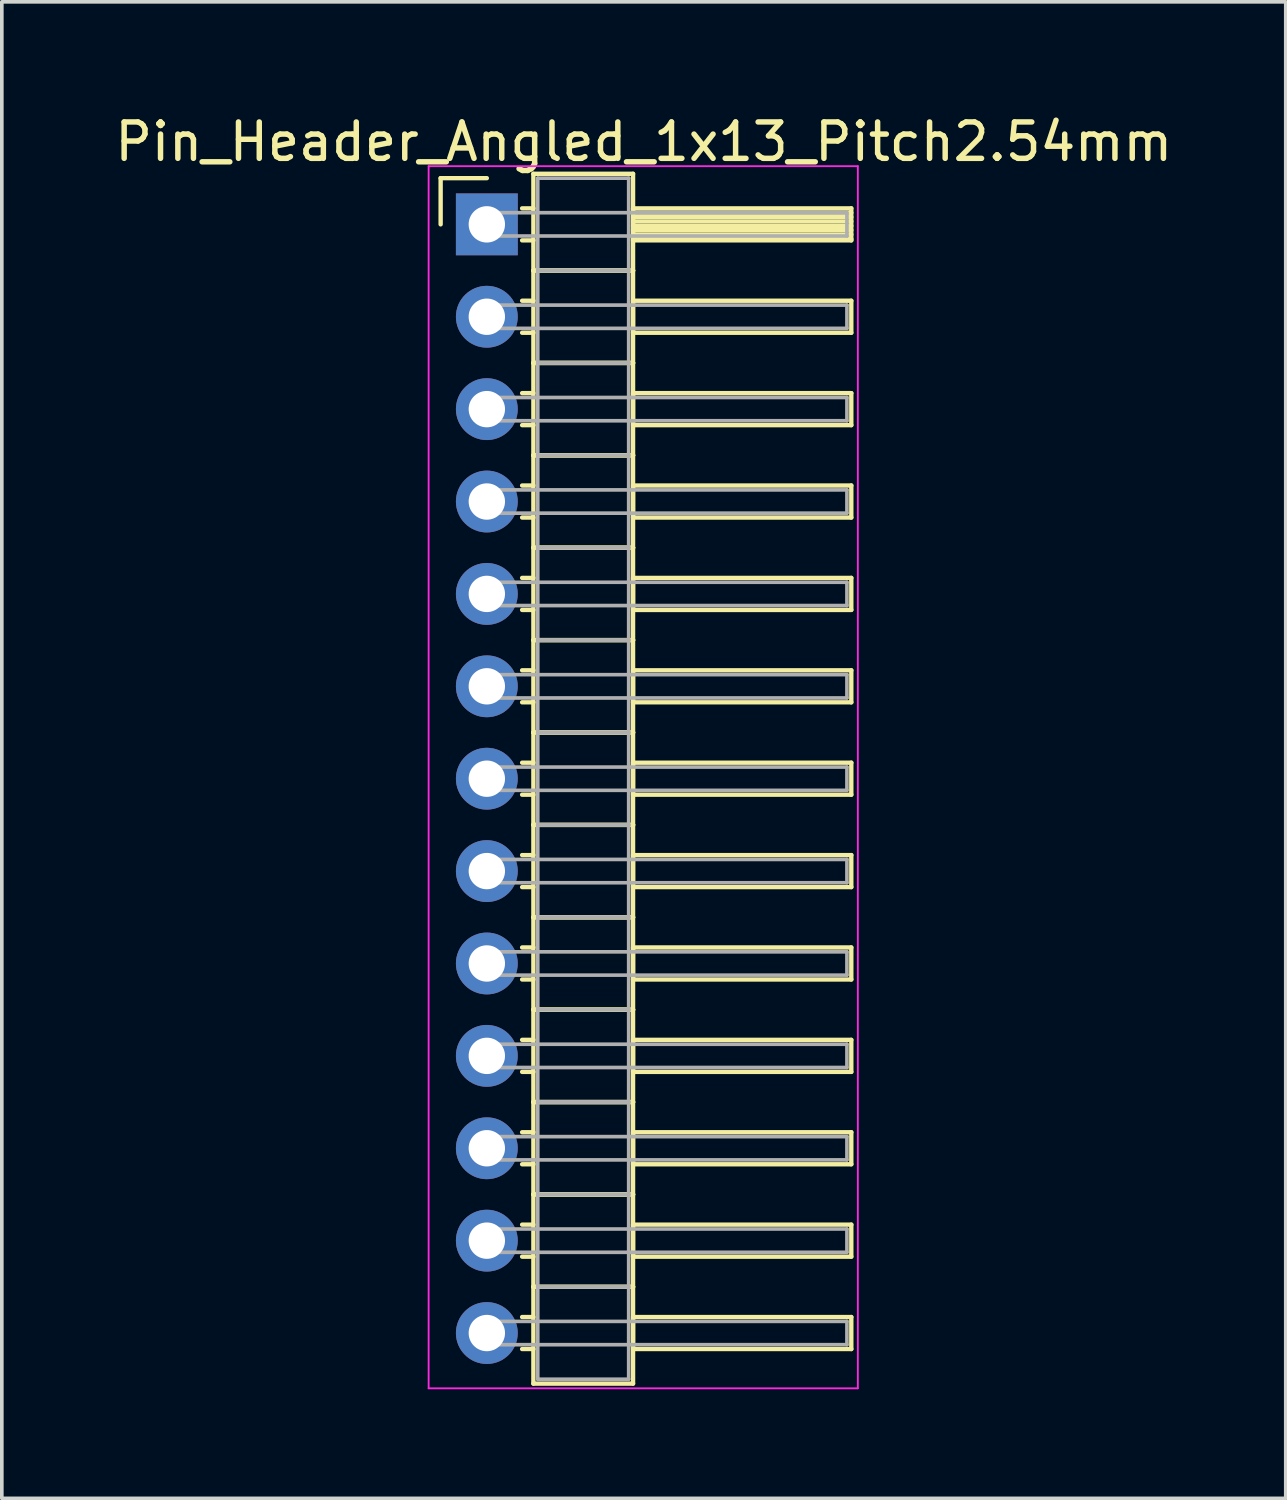
<source format=kicad_pcb>
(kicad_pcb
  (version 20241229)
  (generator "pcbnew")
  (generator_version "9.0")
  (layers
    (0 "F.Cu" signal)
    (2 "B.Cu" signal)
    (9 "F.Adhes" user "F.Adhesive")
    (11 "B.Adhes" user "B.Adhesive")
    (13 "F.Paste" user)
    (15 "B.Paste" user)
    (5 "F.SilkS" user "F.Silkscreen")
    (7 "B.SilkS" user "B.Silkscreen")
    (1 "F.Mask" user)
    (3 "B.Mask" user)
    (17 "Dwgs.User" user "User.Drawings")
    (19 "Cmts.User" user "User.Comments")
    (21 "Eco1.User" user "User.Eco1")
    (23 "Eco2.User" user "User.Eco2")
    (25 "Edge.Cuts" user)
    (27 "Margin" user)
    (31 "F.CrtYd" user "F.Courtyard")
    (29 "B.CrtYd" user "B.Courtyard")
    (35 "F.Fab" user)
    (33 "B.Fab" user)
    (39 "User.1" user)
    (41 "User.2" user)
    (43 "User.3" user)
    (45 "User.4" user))
  (footprint "Pin_Header_Angled_1x13_Pitch2.54mm"
    (layer "F.Cu")
    (at 10.334 3.118)
    (property "Reference" "Pin_Header_Angled_1x13_Pitch2.54mm" (at 4.315 -2.27 0) (layer "F.SilkS") (effects (font (size 1 1) (thickness 0.15))))
    (attr through_hole)
    (fp_line (start -1.27 -1.27) (end 0 -1.27) (stroke (width 0.12) (type solid)) (layer "F.SilkS"))
    (fp_line (start -1.27 0) (end -1.27 -1.27) (stroke (width 0.12) (type solid)) (layer "F.SilkS"))
    (fp_line (start 0.97 -0.44) (end 1.28 -0.44) (stroke (width 0.12) (type solid)) (layer "F.SilkS"))
    (fp_line (start 0.97 0.44) (end 1.28 0.44) (stroke (width 0.12) (type solid)) (layer "F.SilkS"))
    (fp_line (start 0.97 2.1) (end 1.28 2.1) (stroke (width 0.12) (type solid)) (layer "F.SilkS"))
    (fp_line (start 0.97 2.98) (end 1.28 2.98) (stroke (width 0.12) (type solid)) (layer "F.SilkS"))
    (fp_line (start 0.97 4.64) (end 1.28 4.64) (stroke (width 0.12) (type solid)) (layer "F.SilkS"))
    (fp_line (start 0.97 5.52) (end 1.28 5.52) (stroke (width 0.12) (type solid)) (layer "F.SilkS"))
    (fp_line (start 0.97 7.18) (end 1.28 7.18) (stroke (width 0.12) (type solid)) (layer "F.SilkS"))
    (fp_line (start 0.97 8.06) (end 1.28 8.06) (stroke (width 0.12) (type solid)) (layer "F.SilkS"))
    (fp_line (start 0.97 9.72) (end 1.28 9.72) (stroke (width 0.12) (type solid)) (layer "F.SilkS"))
    (fp_line (start 0.97 10.6) (end 1.28 10.6) (stroke (width 0.12) (type solid)) (layer "F.SilkS"))
    (fp_line (start 0.97 12.26) (end 1.28 12.26) (stroke (width 0.12) (type solid)) (layer "F.SilkS"))
    (fp_line (start 0.97 13.14) (end 1.28 13.14) (stroke (width 0.12) (type solid)) (layer "F.SilkS"))
    (fp_line (start 0.97 14.8) (end 1.28 14.8) (stroke (width 0.12) (type solid)) (layer "F.SilkS"))
    (fp_line (start 0.97 15.68) (end 1.28 15.68) (stroke (width 0.12) (type solid)) (layer "F.SilkS"))
    (fp_line (start 0.97 17.34) (end 1.28 17.34) (stroke (width 0.12) (type solid)) (layer "F.SilkS"))
    (fp_line (start 0.97 18.22) (end 1.28 18.22) (stroke (width 0.12) (type solid)) (layer "F.SilkS"))
    (fp_line (start 0.97 19.88) (end 1.28 19.88) (stroke (width 0.12) (type solid)) (layer "F.SilkS"))
    (fp_line (start 0.97 20.76) (end 1.28 20.76) (stroke (width 0.12) (type solid)) (layer "F.SilkS"))
    (fp_line (start 0.97 22.42) (end 1.28 22.42) (stroke (width 0.12) (type solid)) (layer "F.SilkS"))
    (fp_line (start 0.97 23.3) (end 1.28 23.3) (stroke (width 0.12) (type solid)) (layer "F.SilkS"))
    (fp_line (start 0.97 24.96) (end 1.28 24.96) (stroke (width 0.12) (type solid)) (layer "F.SilkS"))
    (fp_line (start 0.97 25.84) (end 1.28 25.84) (stroke (width 0.12) (type solid)) (layer "F.SilkS"))
    (fp_line (start 0.97 27.5) (end 1.28 27.5) (stroke (width 0.12) (type solid)) (layer "F.SilkS"))
    (fp_line (start 0.97 28.38) (end 1.28 28.38) (stroke (width 0.12) (type solid)) (layer "F.SilkS"))
    (fp_line (start 0.97 30.04) (end 1.28 30.04) (stroke (width 0.12) (type solid)) (layer "F.SilkS"))
    (fp_line (start 0.97 30.92) (end 1.28 30.92) (stroke (width 0.12) (type solid)) (layer "F.SilkS"))
    (fp_line (start 1.28 -1.39) (end 1.28 1.27) (stroke (width 0.12) (type solid)) (layer "F.SilkS"))
    (fp_line (start 1.28 1.27) (end 1.28 3.81) (stroke (width 0.12) (type solid)) (layer "F.SilkS"))
    (fp_line (start 1.28 1.27) (end 4.02 1.27) (stroke (width 0.12) (type solid)) (layer "F.SilkS"))
    (fp_line (start 1.28 3.81) (end 1.28 6.35) (stroke (width 0.12) (type solid)) (layer "F.SilkS"))
    (fp_line (start 1.28 3.81) (end 4.02 3.81) (stroke (width 0.12) (type solid)) (layer "F.SilkS"))
    (fp_line (start 1.28 6.35) (end 1.28 8.89) (stroke (width 0.12) (type solid)) (layer "F.SilkS"))
    (fp_line (start 1.28 6.35) (end 4.02 6.35) (stroke (width 0.12) (type solid)) (layer "F.SilkS"))
    (fp_line (start 1.28 8.89) (end 1.28 11.43) (stroke (width 0.12) (type solid)) (layer "F.SilkS"))
    (fp_line (start 1.28 8.89) (end 4.02 8.89) (stroke (width 0.12) (type solid)) (layer "F.SilkS"))
    (fp_line (start 1.28 11.43) (end 1.28 13.97) (stroke (width 0.12) (type solid)) (layer "F.SilkS"))
    (fp_line (start 1.28 11.43) (end 4.02 11.43) (stroke (width 0.12) (type solid)) (layer "F.SilkS"))
    (fp_line (start 1.28 13.97) (end 1.28 16.51) (stroke (width 0.12) (type solid)) (layer "F.SilkS"))
    (fp_line (start 1.28 13.97) (end 4.02 13.97) (stroke (width 0.12) (type solid)) (layer "F.SilkS"))
    (fp_line (start 1.28 16.51) (end 1.28 19.05) (stroke (width 0.12) (type solid)) (layer "F.SilkS"))
    (fp_line (start 1.28 16.51) (end 4.02 16.51) (stroke (width 0.12) (type solid)) (layer "F.SilkS"))
    (fp_line (start 1.28 19.05) (end 1.28 21.59) (stroke (width 0.12) (type solid)) (layer "F.SilkS"))
    (fp_line (start 1.28 19.05) (end 4.02 19.05) (stroke (width 0.12) (type solid)) (layer "F.SilkS"))
    (fp_line (start 1.28 21.59) (end 1.28 24.13) (stroke (width 0.12) (type solid)) (layer "F.SilkS"))
    (fp_line (start 1.28 21.59) (end 4.02 21.59) (stroke (width 0.12) (type solid)) (layer "F.SilkS"))
    (fp_line (start 1.28 24.13) (end 1.28 26.67) (stroke (width 0.12) (type solid)) (layer "F.SilkS"))
    (fp_line (start 1.28 24.13) (end 4.02 24.13) (stroke (width 0.12) (type solid)) (layer "F.SilkS"))
    (fp_line (start 1.28 26.67) (end 1.28 29.21) (stroke (width 0.12) (type solid)) (layer "F.SilkS"))
    (fp_line (start 1.28 26.67) (end 4.02 26.67) (stroke (width 0.12) (type solid)) (layer "F.SilkS"))
    (fp_line (start 1.28 29.21) (end 1.28 31.87) (stroke (width 0.12) (type solid)) (layer "F.SilkS"))
    (fp_line (start 1.28 29.21) (end 4.02 29.21) (stroke (width 0.12) (type solid)) (layer "F.SilkS"))
    (fp_line (start 1.28 31.87) (end 4.02 31.87) (stroke (width 0.12) (type solid)) (layer "F.SilkS"))
    (fp_line (start 4.02 -1.39) (end 1.28 -1.39) (stroke (width 0.12) (type solid)) (layer "F.SilkS"))
    (fp_line (start 4.02 -0.44) (end 4.02 0.44) (stroke (width 0.12) (type solid)) (layer "F.SilkS"))
    (fp_line (start 4.02 -0.32) (end 10.02 -0.32) (stroke (width 0.12) (type solid)) (layer "F.SilkS"))
    (fp_line (start 4.02 -0.2) (end 10.02 -0.2) (stroke (width 0.12) (type solid)) (layer "F.SilkS"))
    (fp_line (start 4.02 -0.08) (end 10.02 -0.08) (stroke (width 0.12) (type solid)) (layer "F.SilkS"))
    (fp_line (start 4.02 0.04) (end 10.02 0.04) (stroke (width 0.12) (type solid)) (layer "F.SilkS"))
    (fp_line (start 4.02 0.16) (end 10.02 0.16) (stroke (width 0.12) (type solid)) (layer "F.SilkS"))
    (fp_line (start 4.02 0.28) (end 10.02 0.28) (stroke (width 0.12) (type solid)) (layer "F.SilkS"))
    (fp_line (start 4.02 0.4) (end 10.02 0.4) (stroke (width 0.12) (type solid)) (layer "F.SilkS"))
    (fp_line (start 4.02 0.44) (end 10.02 0.44) (stroke (width 0.12) (type solid)) (layer "F.SilkS"))
    (fp_line (start 4.02 1.27) (end 1.28 1.27) (stroke (width 0.12) (type solid)) (layer "F.SilkS"))
    (fp_line (start 4.02 1.27) (end 4.02 -1.39) (stroke (width 0.12) (type solid)) (layer "F.SilkS"))
    (fp_line (start 4.02 2.1) (end 4.02 2.98) (stroke (width 0.12) (type solid)) (layer "F.SilkS"))
    (fp_line (start 4.02 2.98) (end 10.02 2.98) (stroke (width 0.12) (type solid)) (layer "F.SilkS"))
    (fp_line (start 4.02 3.81) (end 1.28 3.81) (stroke (width 0.12) (type solid)) (layer "F.SilkS"))
    (fp_line (start 4.02 3.81) (end 4.02 1.27) (stroke (width 0.12) (type solid)) (layer "F.SilkS"))
    (fp_line (start 4.02 4.64) (end 4.02 5.52) (stroke (width 0.12) (type solid)) (layer "F.SilkS"))
    (fp_line (start 4.02 5.52) (end 10.02 5.52) (stroke (width 0.12) (type solid)) (layer "F.SilkS"))
    (fp_line (start 4.02 6.35) (end 1.28 6.35) (stroke (width 0.12) (type solid)) (layer "F.SilkS"))
    (fp_line (start 4.02 6.35) (end 4.02 3.81) (stroke (width 0.12) (type solid)) (layer "F.SilkS"))
    (fp_line (start 4.02 7.18) (end 4.02 8.06) (stroke (width 0.12) (type solid)) (layer "F.SilkS"))
    (fp_line (start 4.02 8.06) (end 10.02 8.06) (stroke (width 0.12) (type solid)) (layer "F.SilkS"))
    (fp_line (start 4.02 8.89) (end 1.28 8.89) (stroke (width 0.12) (type solid)) (layer "F.SilkS"))
    (fp_line (start 4.02 8.89) (end 4.02 6.35) (stroke (width 0.12) (type solid)) (layer "F.SilkS"))
    (fp_line (start 4.02 9.72) (end 4.02 10.6) (stroke (width 0.12) (type solid)) (layer "F.SilkS"))
    (fp_line (start 4.02 10.6) (end 10.02 10.6) (stroke (width 0.12) (type solid)) (layer "F.SilkS"))
    (fp_line (start 4.02 11.43) (end 1.28 11.43) (stroke (width 0.12) (type solid)) (layer "F.SilkS"))
    (fp_line (start 4.02 11.43) (end 4.02 8.89) (stroke (width 0.12) (type solid)) (layer "F.SilkS"))
    (fp_line (start 4.02 12.26) (end 4.02 13.14) (stroke (width 0.12) (type solid)) (layer "F.SilkS"))
    (fp_line (start 4.02 13.14) (end 10.02 13.14) (stroke (width 0.12) (type solid)) (layer "F.SilkS"))
    (fp_line (start 4.02 13.97) (end 1.28 13.97) (stroke (width 0.12) (type solid)) (layer "F.SilkS"))
    (fp_line (start 4.02 13.97) (end 4.02 11.43) (stroke (width 0.12) (type solid)) (layer "F.SilkS"))
    (fp_line (start 4.02 14.8) (end 4.02 15.68) (stroke (width 0.12) (type solid)) (layer "F.SilkS"))
    (fp_line (start 4.02 15.68) (end 10.02 15.68) (stroke (width 0.12) (type solid)) (layer "F.SilkS"))
    (fp_line (start 4.02 16.51) (end 1.28 16.51) (stroke (width 0.12) (type solid)) (layer "F.SilkS"))
    (fp_line (start 4.02 16.51) (end 4.02 13.97) (stroke (width 0.12) (type solid)) (layer "F.SilkS"))
    (fp_line (start 4.02 17.34) (end 4.02 18.22) (stroke (width 0.12) (type solid)) (layer "F.SilkS"))
    (fp_line (start 4.02 18.22) (end 10.02 18.22) (stroke (width 0.12) (type solid)) (layer "F.SilkS"))
    (fp_line (start 4.02 19.05) (end 1.28 19.05) (stroke (width 0.12) (type solid)) (layer "F.SilkS"))
    (fp_line (start 4.02 19.05) (end 4.02 16.51) (stroke (width 0.12) (type solid)) (layer "F.SilkS"))
    (fp_line (start 4.02 19.88) (end 4.02 20.76) (stroke (width 0.12) (type solid)) (layer "F.SilkS"))
    (fp_line (start 4.02 20.76) (end 10.02 20.76) (stroke (width 0.12) (type solid)) (layer "F.SilkS"))
    (fp_line (start 4.02 21.59) (end 1.28 21.59) (stroke (width 0.12) (type solid)) (layer "F.SilkS"))
    (fp_line (start 4.02 21.59) (end 4.02 19.05) (stroke (width 0.12) (type solid)) (layer "F.SilkS"))
    (fp_line (start 4.02 22.42) (end 4.02 23.3) (stroke (width 0.12) (type solid)) (layer "F.SilkS"))
    (fp_line (start 4.02 23.3) (end 10.02 23.3) (stroke (width 0.12) (type solid)) (layer "F.SilkS"))
    (fp_line (start 4.02 24.13) (end 1.28 24.13) (stroke (width 0.12) (type solid)) (layer "F.SilkS"))
    (fp_line (start 4.02 24.13) (end 4.02 21.59) (stroke (width 0.12) (type solid)) (layer "F.SilkS"))
    (fp_line (start 4.02 24.96) (end 4.02 25.84) (stroke (width 0.12) (type solid)) (layer "F.SilkS"))
    (fp_line (start 4.02 25.84) (end 10.02 25.84) (stroke (width 0.12) (type solid)) (layer "F.SilkS"))
    (fp_line (start 4.02 26.67) (end 1.28 26.67) (stroke (width 0.12) (type solid)) (layer "F.SilkS"))
    (fp_line (start 4.02 26.67) (end 4.02 24.13) (stroke (width 0.12) (type solid)) (layer "F.SilkS"))
    (fp_line (start 4.02 27.5) (end 4.02 28.38) (stroke (width 0.12) (type solid)) (layer "F.SilkS"))
    (fp_line (start 4.02 28.38) (end 10.02 28.38) (stroke (width 0.12) (type solid)) (layer "F.SilkS"))
    (fp_line (start 4.02 29.21) (end 1.28 29.21) (stroke (width 0.12) (type solid)) (layer "F.SilkS"))
    (fp_line (start 4.02 29.21) (end 4.02 26.67) (stroke (width 0.12) (type solid)) (layer "F.SilkS"))
    (fp_line (start 4.02 30.04) (end 4.02 30.92) (stroke (width 0.12) (type solid)) (layer "F.SilkS"))
    (fp_line (start 4.02 30.92) (end 10.02 30.92) (stroke (width 0.12) (type solid)) (layer "F.SilkS"))
    (fp_line (start 4.02 31.87) (end 4.02 29.21) (stroke (width 0.12) (type solid)) (layer "F.SilkS"))
    (fp_line (start 10.02 -0.44) (end 4.02 -0.44) (stroke (width 0.12) (type solid)) (layer "F.SilkS"))
    (fp_line (start 10.02 0.44) (end 10.02 -0.44) (stroke (width 0.12) (type solid)) (layer "F.SilkS"))
    (fp_line (start 10.02 2.1) (end 4.02 2.1) (stroke (width 0.12) (type solid)) (layer "F.SilkS"))
    (fp_line (start 10.02 2.98) (end 10.02 2.1) (stroke (width 0.12) (type solid)) (layer "F.SilkS"))
    (fp_line (start 10.02 4.64) (end 4.02 4.64) (stroke (width 0.12) (type solid)) (layer "F.SilkS"))
    (fp_line (start 10.02 5.52) (end 10.02 4.64) (stroke (width 0.12) (type solid)) (layer "F.SilkS"))
    (fp_line (start 10.02 7.18) (end 4.02 7.18) (stroke (width 0.12) (type solid)) (layer "F.SilkS"))
    (fp_line (start 10.02 8.06) (end 10.02 7.18) (stroke (width 0.12) (type solid)) (layer "F.SilkS"))
    (fp_line (start 10.02 9.72) (end 4.02 9.72) (stroke (width 0.12) (type solid)) (layer "F.SilkS"))
    (fp_line (start 10.02 10.6) (end 10.02 9.72) (stroke (width 0.12) (type solid)) (layer "F.SilkS"))
    (fp_line (start 10.02 12.26) (end 4.02 12.26) (stroke (width 0.12) (type solid)) (layer "F.SilkS"))
    (fp_line (start 10.02 13.14) (end 10.02 12.26) (stroke (width 0.12) (type solid)) (layer "F.SilkS"))
    (fp_line (start 10.02 14.8) (end 4.02 14.8) (stroke (width 0.12) (type solid)) (layer "F.SilkS"))
    (fp_line (start 10.02 15.68) (end 10.02 14.8) (stroke (width 0.12) (type solid)) (layer "F.SilkS"))
    (fp_line (start 10.02 17.34) (end 4.02 17.34) (stroke (width 0.12) (type solid)) (layer "F.SilkS"))
    (fp_line (start 10.02 18.22) (end 10.02 17.34) (stroke (width 0.12) (type solid)) (layer "F.SilkS"))
    (fp_line (start 10.02 19.88) (end 4.02 19.88) (stroke (width 0.12) (type solid)) (layer "F.SilkS"))
    (fp_line (start 10.02 20.76) (end 10.02 19.88) (stroke (width 0.12) (type solid)) (layer "F.SilkS"))
    (fp_line (start 10.02 22.42) (end 4.02 22.42) (stroke (width 0.12) (type solid)) (layer "F.SilkS"))
    (fp_line (start 10.02 23.3) (end 10.02 22.42) (stroke (width 0.12) (type solid)) (layer "F.SilkS"))
    (fp_line (start 10.02 24.96) (end 4.02 24.96) (stroke (width 0.12) (type solid)) (layer "F.SilkS"))
    (fp_line (start 10.02 25.84) (end 10.02 24.96) (stroke (width 0.12) (type solid)) (layer "F.SilkS"))
    (fp_line (start 10.02 27.5) (end 4.02 27.5) (stroke (width 0.12) (type solid)) (layer "F.SilkS"))
    (fp_line (start 10.02 28.38) (end 10.02 27.5) (stroke (width 0.12) (type solid)) (layer "F.SilkS"))
    (fp_line (start 10.02 30.04) (end 4.02 30.04) (stroke (width 0.12) (type solid)) (layer "F.SilkS"))
    (fp_line (start 10.02 30.92) (end 10.02 30.04) (stroke (width 0.12) (type solid)) (layer "F.SilkS"))
    (fp_line (start -1.6 -1.6) (end -1.6 32) (stroke (width 0.05) (type solid)) (layer "F.CrtYd"))
    (fp_line (start -1.6 32) (end 10.2 32) (stroke (width 0.05) (type solid)) (layer "F.CrtYd"))
    (fp_line (start 10.2 -1.6) (end -1.6 -1.6) (stroke (width 0.05) (type solid)) (layer "F.CrtYd"))
    (fp_line (start 10.2 32) (end 10.2 -1.6) (stroke (width 0.05) (type solid)) (layer "F.CrtYd"))
    (fp_line (start 0 -0.32) (end 0 0.32) (stroke (width 0.1) (type solid)) (layer "F.Fab"))
    (fp_line (start 0 0.32) (end 9.9 0.32) (stroke (width 0.1) (type solid)) (layer "F.Fab"))
    (fp_line (start 0 2.22) (end 0 2.86) (stroke (width 0.1) (type solid)) (layer "F.Fab"))
    (fp_line (start 0 2.86) (end 9.9 2.86) (stroke (width 0.1) (type solid)) (layer "F.Fab"))
    (fp_line (start 0 4.76) (end 0 5.4) (stroke (width 0.1) (type solid)) (layer "F.Fab"))
    (fp_line (start 0 5.4) (end 9.9 5.4) (stroke (width 0.1) (type solid)) (layer "F.Fab"))
    (fp_line (start 0 7.3) (end 0 7.94) (stroke (width 0.1) (type solid)) (layer "F.Fab"))
    (fp_line (start 0 7.94) (end 9.9 7.94) (stroke (width 0.1) (type solid)) (layer "F.Fab"))
    (fp_line (start 0 9.84) (end 0 10.48) (stroke (width 0.1) (type solid)) (layer "F.Fab"))
    (fp_line (start 0 10.48) (end 9.9 10.48) (stroke (width 0.1) (type solid)) (layer "F.Fab"))
    (fp_line (start 0 12.38) (end 0 13.02) (stroke (width 0.1) (type solid)) (layer "F.Fab"))
    (fp_line (start 0 13.02) (end 9.9 13.02) (stroke (width 0.1) (type solid)) (layer "F.Fab"))
    (fp_line (start 0 14.92) (end 0 15.56) (stroke (width 0.1) (type solid)) (layer "F.Fab"))
    (fp_line (start 0 15.56) (end 9.9 15.56) (stroke (width 0.1) (type solid)) (layer "F.Fab"))
    (fp_line (start 0 17.46) (end 0 18.1) (stroke (width 0.1) (type solid)) (layer "F.Fab"))
    (fp_line (start 0 18.1) (end 9.9 18.1) (stroke (width 0.1) (type solid)) (layer "F.Fab"))
    (fp_line (start 0 20) (end 0 20.64) (stroke (width 0.1) (type solid)) (layer "F.Fab"))
    (fp_line (start 0 20.64) (end 9.9 20.64) (stroke (width 0.1) (type solid)) (layer "F.Fab"))
    (fp_line (start 0 22.54) (end 0 23.18) (stroke (width 0.1) (type solid)) (layer "F.Fab"))
    (fp_line (start 0 23.18) (end 9.9 23.18) (stroke (width 0.1) (type solid)) (layer "F.Fab"))
    (fp_line (start 0 25.08) (end 0 25.72) (stroke (width 0.1) (type solid)) (layer "F.Fab"))
    (fp_line (start 0 25.72) (end 9.9 25.72) (stroke (width 0.1) (type solid)) (layer "F.Fab"))
    (fp_line (start 0 27.62) (end 0 28.26) (stroke (width 0.1) (type solid)) (layer "F.Fab"))
    (fp_line (start 0 28.26) (end 9.9 28.26) (stroke (width 0.1) (type solid)) (layer "F.Fab"))
    (fp_line (start 0 30.16) (end 0 30.8) (stroke (width 0.1) (type solid)) (layer "F.Fab"))
    (fp_line (start 0 30.8) (end 9.9 30.8) (stroke (width 0.1) (type solid)) (layer "F.Fab"))
    (fp_line (start 1.4 -1.27) (end 1.4 1.27) (stroke (width 0.1) (type solid)) (layer "F.Fab"))
    (fp_line (start 1.4 1.27) (end 1.4 3.81) (stroke (width 0.1) (type solid)) (layer "F.Fab"))
    (fp_line (start 1.4 1.27) (end 3.9 1.27) (stroke (width 0.1) (type solid)) (layer "F.Fab"))
    (fp_line (start 1.4 3.81) (end 1.4 6.35) (stroke (width 0.1) (type solid)) (layer "F.Fab"))
    (fp_line (start 1.4 3.81) (end 3.9 3.81) (stroke (width 0.1) (type solid)) (layer "F.Fab"))
    (fp_line (start 1.4 6.35) (end 1.4 8.89) (stroke (width 0.1) (type solid)) (layer "F.Fab"))
    (fp_line (start 1.4 6.35) (end 3.9 6.35) (stroke (width 0.1) (type solid)) (layer "F.Fab"))
    (fp_line (start 1.4 8.89) (end 1.4 11.43) (stroke (width 0.1) (type solid)) (layer "F.Fab"))
    (fp_line (start 1.4 8.89) (end 3.9 8.89) (stroke (width 0.1) (type solid)) (layer "F.Fab"))
    (fp_line (start 1.4 11.43) (end 1.4 13.97) (stroke (width 0.1) (type solid)) (layer "F.Fab"))
    (fp_line (start 1.4 11.43) (end 3.9 11.43) (stroke (width 0.1) (type solid)) (layer "F.Fab"))
    (fp_line (start 1.4 13.97) (end 1.4 16.51) (stroke (width 0.1) (type solid)) (layer "F.Fab"))
    (fp_line (start 1.4 13.97) (end 3.9 13.97) (stroke (width 0.1) (type solid)) (layer "F.Fab"))
    (fp_line (start 1.4 16.51) (end 1.4 19.05) (stroke (width 0.1) (type solid)) (layer "F.Fab"))
    (fp_line (start 1.4 16.51) (end 3.9 16.51) (stroke (width 0.1) (type solid)) (layer "F.Fab"))
    (fp_line (start 1.4 19.05) (end 1.4 21.59) (stroke (width 0.1) (type solid)) (layer "F.Fab"))
    (fp_line (start 1.4 19.05) (end 3.9 19.05) (stroke (width 0.1) (type solid)) (layer "F.Fab"))
    (fp_line (start 1.4 21.59) (end 1.4 24.13) (stroke (width 0.1) (type solid)) (layer "F.Fab"))
    (fp_line (start 1.4 21.59) (end 3.9 21.59) (stroke (width 0.1) (type solid)) (layer "F.Fab"))
    (fp_line (start 1.4 24.13) (end 1.4 26.67) (stroke (width 0.1) (type solid)) (layer "F.Fab"))
    (fp_line (start 1.4 24.13) (end 3.9 24.13) (stroke (width 0.1) (type solid)) (layer "F.Fab"))
    (fp_line (start 1.4 26.67) (end 1.4 29.21) (stroke (width 0.1) (type solid)) (layer "F.Fab"))
    (fp_line (start 1.4 26.67) (end 3.9 26.67) (stroke (width 0.1) (type solid)) (layer "F.Fab"))
    (fp_line (start 1.4 29.21) (end 1.4 31.75) (stroke (width 0.1) (type solid)) (layer "F.Fab"))
    (fp_line (start 1.4 29.21) (end 3.9 29.21) (stroke (width 0.1) (type solid)) (layer "F.Fab"))
    (fp_line (start 1.4 31.75) (end 3.9 31.75) (stroke (width 0.1) (type solid)) (layer "F.Fab"))
    (fp_line (start 3.9 -1.27) (end 1.4 -1.27) (stroke (width 0.1) (type solid)) (layer "F.Fab"))
    (fp_line (start 3.9 1.27) (end 1.4 1.27) (stroke (width 0.1) (type solid)) (layer "F.Fab"))
    (fp_line (start 3.9 1.27) (end 3.9 -1.27) (stroke (width 0.1) (type solid)) (layer "F.Fab"))
    (fp_line (start 3.9 3.81) (end 1.4 3.81) (stroke (width 0.1) (type solid)) (layer "F.Fab"))
    (fp_line (start 3.9 3.81) (end 3.9 1.27) (stroke (width 0.1) (type solid)) (layer "F.Fab"))
    (fp_line (start 3.9 6.35) (end 1.4 6.35) (stroke (width 0.1) (type solid)) (layer "F.Fab"))
    (fp_line (start 3.9 6.35) (end 3.9 3.81) (stroke (width 0.1) (type solid)) (layer "F.Fab"))
    (fp_line (start 3.9 8.89) (end 1.4 8.89) (stroke (width 0.1) (type solid)) (layer "F.Fab"))
    (fp_line (start 3.9 8.89) (end 3.9 6.35) (stroke (width 0.1) (type solid)) (layer "F.Fab"))
    (fp_line (start 3.9 11.43) (end 1.4 11.43) (stroke (width 0.1) (type solid)) (layer "F.Fab"))
    (fp_line (start 3.9 11.43) (end 3.9 8.89) (stroke (width 0.1) (type solid)) (layer "F.Fab"))
    (fp_line (start 3.9 13.97) (end 1.4 13.97) (stroke (width 0.1) (type solid)) (layer "F.Fab"))
    (fp_line (start 3.9 13.97) (end 3.9 11.43) (stroke (width 0.1) (type solid)) (layer "F.Fab"))
    (fp_line (start 3.9 16.51) (end 1.4 16.51) (stroke (width 0.1) (type solid)) (layer "F.Fab"))
    (fp_line (start 3.9 16.51) (end 3.9 13.97) (stroke (width 0.1) (type solid)) (layer "F.Fab"))
    (fp_line (start 3.9 19.05) (end 1.4 19.05) (stroke (width 0.1) (type solid)) (layer "F.Fab"))
    (fp_line (start 3.9 19.05) (end 3.9 16.51) (stroke (width 0.1) (type solid)) (layer "F.Fab"))
    (fp_line (start 3.9 21.59) (end 1.4 21.59) (stroke (width 0.1) (type solid)) (layer "F.Fab"))
    (fp_line (start 3.9 21.59) (end 3.9 19.05) (stroke (width 0.1) (type solid)) (layer "F.Fab"))
    (fp_line (start 3.9 24.13) (end 1.4 24.13) (stroke (width 0.1) (type solid)) (layer "F.Fab"))
    (fp_line (start 3.9 24.13) (end 3.9 21.59) (stroke (width 0.1) (type solid)) (layer "F.Fab"))
    (fp_line (start 3.9 26.67) (end 1.4 26.67) (stroke (width 0.1) (type solid)) (layer "F.Fab"))
    (fp_line (start 3.9 26.67) (end 3.9 24.13) (stroke (width 0.1) (type solid)) (layer "F.Fab"))
    (fp_line (start 3.9 29.21) (end 1.4 29.21) (stroke (width 0.1) (type solid)) (layer "F.Fab"))
    (fp_line (start 3.9 29.21) (end 3.9 26.67) (stroke (width 0.1) (type solid)) (layer "F.Fab"))
    (fp_line (start 3.9 31.75) (end 3.9 29.21) (stroke (width 0.1) (type solid)) (layer "F.Fab"))
    (fp_line (start 9.9 -0.32) (end 0 -0.32) (stroke (width 0.1) (type solid)) (layer "F.Fab"))
    (fp_line (start 9.9 0.32) (end 9.9 -0.32) (stroke (width 0.1) (type solid)) (layer "F.Fab"))
    (fp_line (start 9.9 2.22) (end 0 2.22) (stroke (width 0.1) (type solid)) (layer "F.Fab"))
    (fp_line (start 9.9 2.86) (end 9.9 2.22) (stroke (width 0.1) (type solid)) (layer "F.Fab"))
    (fp_line (start 9.9 4.76) (end 0 4.76) (stroke (width 0.1) (type solid)) (layer "F.Fab"))
    (fp_line (start 9.9 5.4) (end 9.9 4.76) (stroke (width 0.1) (type solid)) (layer "F.Fab"))
    (fp_line (start 9.9 7.3) (end 0 7.3) (stroke (width 0.1) (type solid)) (layer "F.Fab"))
    (fp_line (start 9.9 7.94) (end 9.9 7.3) (stroke (width 0.1) (type solid)) (layer "F.Fab"))
    (fp_line (start 9.9 9.84) (end 0 9.84) (stroke (width 0.1) (type solid)) (layer "F.Fab"))
    (fp_line (start 9.9 10.48) (end 9.9 9.84) (stroke (width 0.1) (type solid)) (layer "F.Fab"))
    (fp_line (start 9.9 12.38) (end 0 12.38) (stroke (width 0.1) (type solid)) (layer "F.Fab"))
    (fp_line (start 9.9 13.02) (end 9.9 12.38) (stroke (width 0.1) (type solid)) (layer "F.Fab"))
    (fp_line (start 9.9 14.92) (end 0 14.92) (stroke (width 0.1) (type solid)) (layer "F.Fab"))
    (fp_line (start 9.9 15.56) (end 9.9 14.92) (stroke (width 0.1) (type solid)) (layer "F.Fab"))
    (fp_line (start 9.9 17.46) (end 0 17.46) (stroke (width 0.1) (type solid)) (layer "F.Fab"))
    (fp_line (start 9.9 18.1) (end 9.9 17.46) (stroke (width 0.1) (type solid)) (layer "F.Fab"))
    (fp_line (start 9.9 20) (end 0 20) (stroke (width 0.1) (type solid)) (layer "F.Fab"))
    (fp_line (start 9.9 20.64) (end 9.9 20) (stroke (width 0.1) (type solid)) (layer "F.Fab"))
    (fp_line (start 9.9 22.54) (end 0 22.54) (stroke (width 0.1) (type solid)) (layer "F.Fab"))
    (fp_line (start 9.9 23.18) (end 9.9 22.54) (stroke (width 0.1) (type solid)) (layer "F.Fab"))
    (fp_line (start 9.9 25.08) (end 0 25.08) (stroke (width 0.1) (type solid)) (layer "F.Fab"))
    (fp_line (start 9.9 25.72) (end 9.9 25.08) (stroke (width 0.1) (type solid)) (layer "F.Fab"))
    (fp_line (start 9.9 27.62) (end 0 27.62) (stroke (width 0.1) (type solid)) (layer "F.Fab"))
    (fp_line (start 9.9 28.26) (end 9.9 27.62) (stroke (width 0.1) (type solid)) (layer "F.Fab"))
    (fp_line (start 9.9 30.16) (end 0 30.16) (stroke (width 0.1) (type solid)) (layer "F.Fab"))
    (fp_line (start 9.9 30.8) (end 9.9 30.16) (stroke (width 0.1) (type solid)) (layer "F.Fab"))
    (pad "1" thru_hole rect (at 0 0) (size 1.7 1.7) (drill 1) (layers "*.Cu" "*.Mask"))
    (pad "2" thru_hole oval (at 0 2.54) (size 1.7 1.7) (drill 1) (layers "*.Cu" "*.Mask"))
    (pad "3" thru_hole oval (at 0 5.08) (size 1.7 1.7) (drill 1) (layers "*.Cu" "*.Mask"))
    (pad "4" thru_hole oval (at 0 7.62) (size 1.7 1.7) (drill 1) (layers "*.Cu" "*.Mask"))
    (pad "5" thru_hole oval (at 0 10.16) (size 1.7 1.7) (drill 1) (layers "*.Cu" "*.Mask"))
    (pad "6" thru_hole oval (at 0 12.7) (size 1.7 1.7) (drill 1) (layers "*.Cu" "*.Mask"))
    (pad "7" thru_hole oval (at 0 15.24) (size 1.7 1.7) (drill 1) (layers "*.Cu" "*.Mask"))
    (pad "8" thru_hole oval (at 0 17.78) (size 1.7 1.7) (drill 1) (layers "*.Cu" "*.Mask"))
    (pad "9" thru_hole oval (at 0 20.32) (size 1.7 1.7) (drill 1) (layers "*.Cu" "*.Mask"))
    (pad "10" thru_hole oval (at 0 22.86) (size 1.7 1.7) (drill 1) (layers "*.Cu" "*.Mask"))
    (pad "11" thru_hole oval (at 0 25.4) (size 1.7 1.7) (drill 1) (layers "*.Cu" "*.Mask"))
    (pad "12" thru_hole oval (at 0 27.94) (size 1.7 1.7) (drill 1) (layers "*.Cu" "*.Mask"))
    (pad "13" thru_hole oval (at 0 30.48) (size 1.7 1.7) (drill 1) (layers "*.Cu" "*.Mask")))
  (gr_rect
    (start -3 -3)
    (end 32.298 38.143)
    (stroke (width 0.1) (type default))
    (fill no)
    (layer "Edge.Cuts")))
</source>
